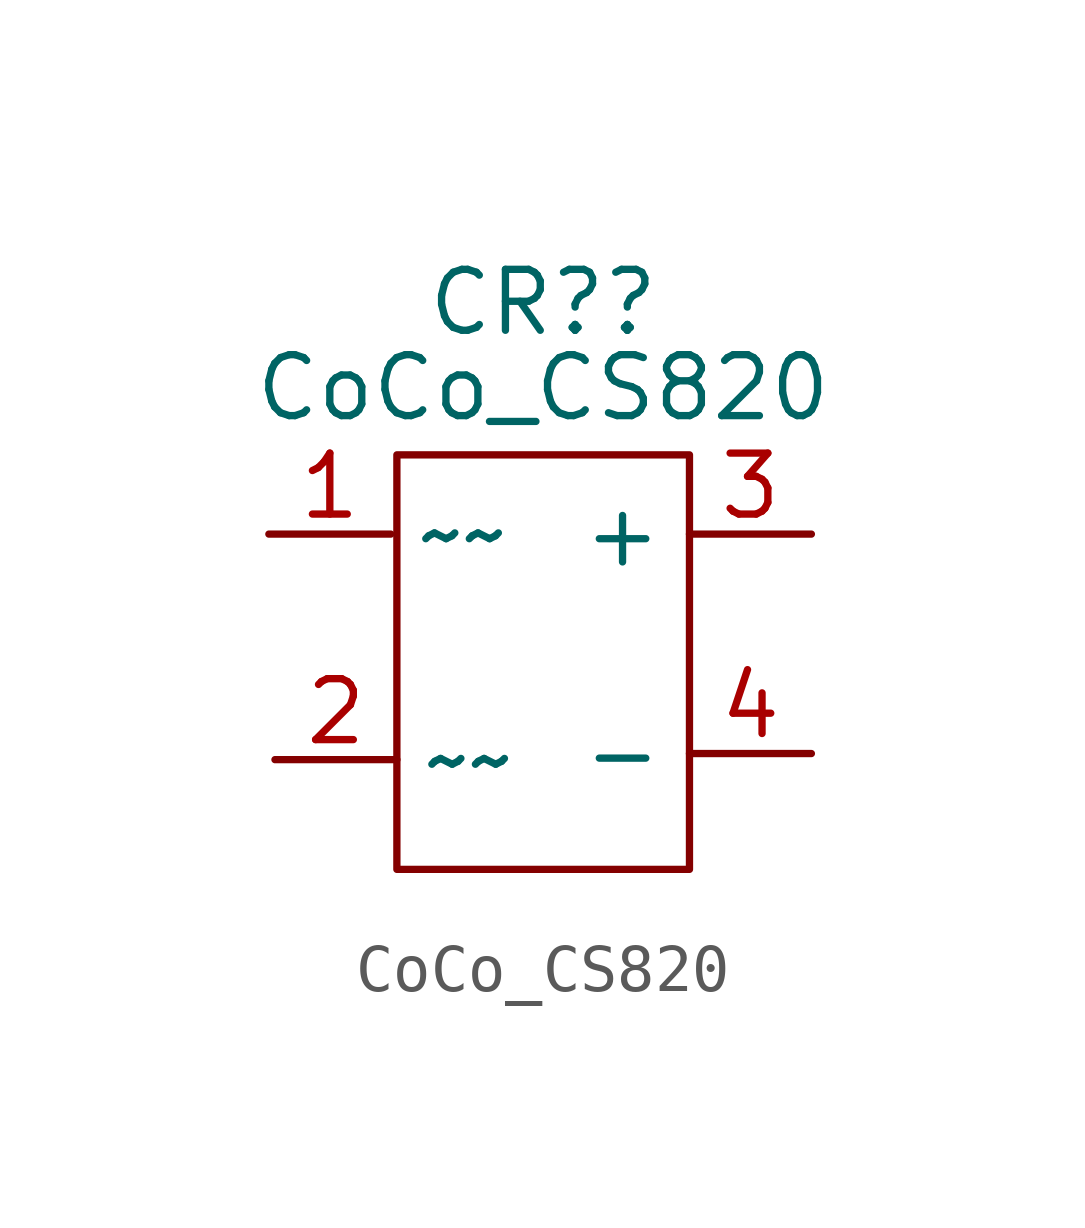
<source format=kicad_sym>
(kicad_symbol_lib
  (version 20211014)
  (generator kicad_symbol_editor)
  (symbol "CoCo_CS820"
    (property "Reference" "CR?"
      (at 0 1.778 0)
      (effects (font (size 1.27 1.27))))
    (property "Value" "CoCo_CS820"
      (at 0 0 0)
      (effects (font (size 1.27 1.27))))
    (symbol "CoCo_CS820_0_1"
      (rectangle (start -3.048 -1.397) (end 3.048 -10.033) (stroke (width 0) (type default) (color 0 0 0 0)) (fill (type none))))
    (symbol "CoCo_CS820_1_1"
      (pin input line (at -5.715 -3.048 0) (length 2.54) (name "~~" (effects (font (size 1.27 1.27)))) (number "1" (effects (font (size 1.27 1.27)))))
      (pin input line (at -5.588 -7.747 0) (length 2.54) (name "~~" (effects (font (size 1.27 1.27)))) (number "2" (effects (font (size 1.27 1.27)))))
      (pin power_out line (at 5.588 -3.048 180) (length 2.54) (name "+" (effects (font (size 1.27 1.27)))) (number "3" (effects (font (size 1.27 1.27)))))
      (pin power_out line (at 5.588 -7.62 180) (length 2.54) (name "-" (effects (font (size 1.27 1.27)))) (number "4" (effects (font (size 1.27 1.27))))))))
</source>
